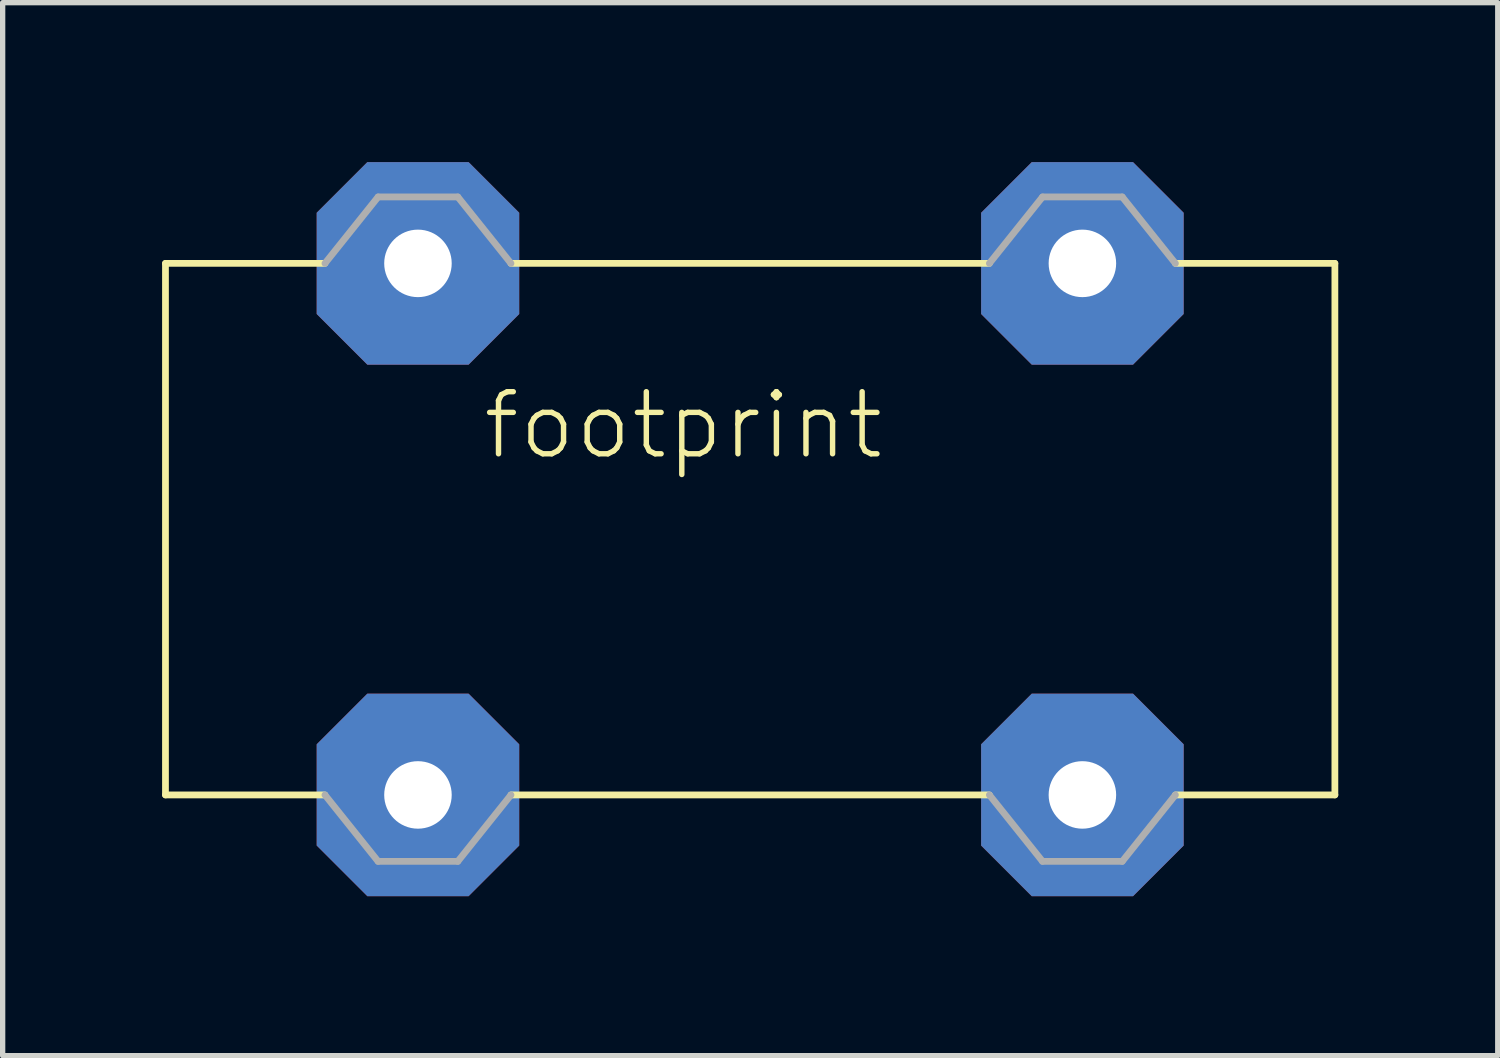
<source format=kicad_pcb>
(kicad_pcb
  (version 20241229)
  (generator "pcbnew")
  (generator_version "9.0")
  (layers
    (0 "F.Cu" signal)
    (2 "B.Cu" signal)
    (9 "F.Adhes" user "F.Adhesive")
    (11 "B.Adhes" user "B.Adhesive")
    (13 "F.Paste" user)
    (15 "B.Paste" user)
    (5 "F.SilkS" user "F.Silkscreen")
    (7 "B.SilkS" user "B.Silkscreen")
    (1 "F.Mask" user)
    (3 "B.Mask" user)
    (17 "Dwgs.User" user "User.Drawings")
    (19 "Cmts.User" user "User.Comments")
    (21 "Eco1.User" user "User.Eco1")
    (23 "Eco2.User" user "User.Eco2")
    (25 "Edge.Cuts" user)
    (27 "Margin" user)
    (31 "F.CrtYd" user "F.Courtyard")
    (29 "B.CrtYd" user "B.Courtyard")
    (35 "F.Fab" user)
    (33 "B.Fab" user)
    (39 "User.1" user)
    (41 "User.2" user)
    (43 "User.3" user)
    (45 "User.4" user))
  (footprint "footprint"
    (layer "F.Cu")
    (at 11.063 6.905)
    (property "Reference" "footprint" (at -5.08 -1.27 0) (layer "F.SilkS") (effects (font (size 1.168 1.168) (thickness 0.102)) (justify left bottom)))
    (fp_line (start -11 -5) (end -8 -5) (stroke (width 0.127) (type solid)) (layer "F.SilkS"))
    (fp_line (start -11 5) (end -11 -5) (stroke (width 0.127) (type solid)) (layer "F.SilkS"))
    (fp_line (start -8 5) (end -11 5) (stroke (width 0.127) (type solid)) (layer "F.SilkS"))
    (fp_line (start -4.5 -5) (end 4.5 -5) (stroke (width 0.127) (type solid)) (layer "F.SilkS"))
    (fp_line (start 4.5 5) (end -4.5 5) (stroke (width 0.127) (type solid)) (layer "F.SilkS"))
    (fp_line (start 8 -5) (end 11 -5) (stroke (width 0.127) (type solid)) (layer "F.SilkS"))
    (fp_line (start 11 -5) (end 11 5) (stroke (width 0.127) (type solid)) (layer "F.SilkS"))
    (fp_line (start 11 5) (end 8 5) (stroke (width 0.127) (type solid)) (layer "F.SilkS"))
    (fp_line (start -8 -5) (end -7 -6.25) (stroke (width 0.127) (type solid)) (layer "F.Fab"))
    (fp_line (start -7 -6.25) (end -5.5 -6.25) (stroke (width 0.127) (type solid)) (layer "F.Fab"))
    (fp_line (start -7 6.25) (end -8 5) (stroke (width 0.127) (type solid)) (layer "F.Fab"))
    (fp_line (start -5.5 -6.25) (end -4.5 -5) (stroke (width 0.127) (type solid)) (layer "F.Fab"))
    (fp_line (start -5.5 6.25) (end -7 6.25) (stroke (width 0.127) (type solid)) (layer "F.Fab"))
    (fp_line (start -4.5 5) (end -5.5 6.25) (stroke (width 0.127) (type solid)) (layer "F.Fab"))
    (fp_line (start 4.5 -5) (end 5.5 -6.25) (stroke (width 0.127) (type solid)) (layer "F.Fab"))
    (fp_line (start 5.5 -6.25) (end 7 -6.25) (stroke (width 0.127) (type solid)) (layer "F.Fab"))
    (fp_line (start 5.5 6.25) (end 4.5 5) (stroke (width 0.127) (type solid)) (layer "F.Fab"))
    (fp_line (start 7 -6.25) (end 8 -5) (stroke (width 0.127) (type solid)) (layer "F.Fab"))
    (fp_line (start 7 6.25) (end 5.5 6.25) (stroke (width 0.127) (type solid)) (layer "F.Fab"))
    (fp_line (start 8 5) (end 7 6.25) (stroke (width 0.127) (type solid)) (layer "F.Fab"))
    (pad "1" thru_hole roundrect (at -6.25 -5) (size 3.81 3.81) (drill 1.27) (layers "*.Cu" "*.Mask") (roundrect_rratio 0.25) (chamfer_ratio 0.25) (chamfer top_left top_right bottom_left bottom_right))
    (pad "2" thru_hole roundrect (at -6.25 5) (size 3.81 3.81) (drill 1.27) (layers "*.Cu" "*.Mask") (roundrect_rratio 0.25) (chamfer_ratio 0.25) (chamfer top_left top_right bottom_left bottom_right))
    (pad "3" thru_hole roundrect (at 6.25 -5) (size 3.81 3.81) (drill 1.27) (layers "*.Cu" "*.Mask") (roundrect_rratio 0.25) (chamfer_ratio 0.25) (chamfer top_left top_right bottom_left bottom_right))
    (pad "4" thru_hole roundrect (at 6.25 5) (size 3.81 3.81) (drill 1.27) (layers "*.Cu" "*.Mask") (roundrect_rratio 0.25) (chamfer_ratio 0.25) (chamfer top_left top_right bottom_left bottom_right)))
  (gr_rect
    (start -3 -3)
    (end 25.127 16.81)
    (stroke (width 0.1) (type default))
    (fill no)
    (layer "Edge.Cuts")))
</source>
